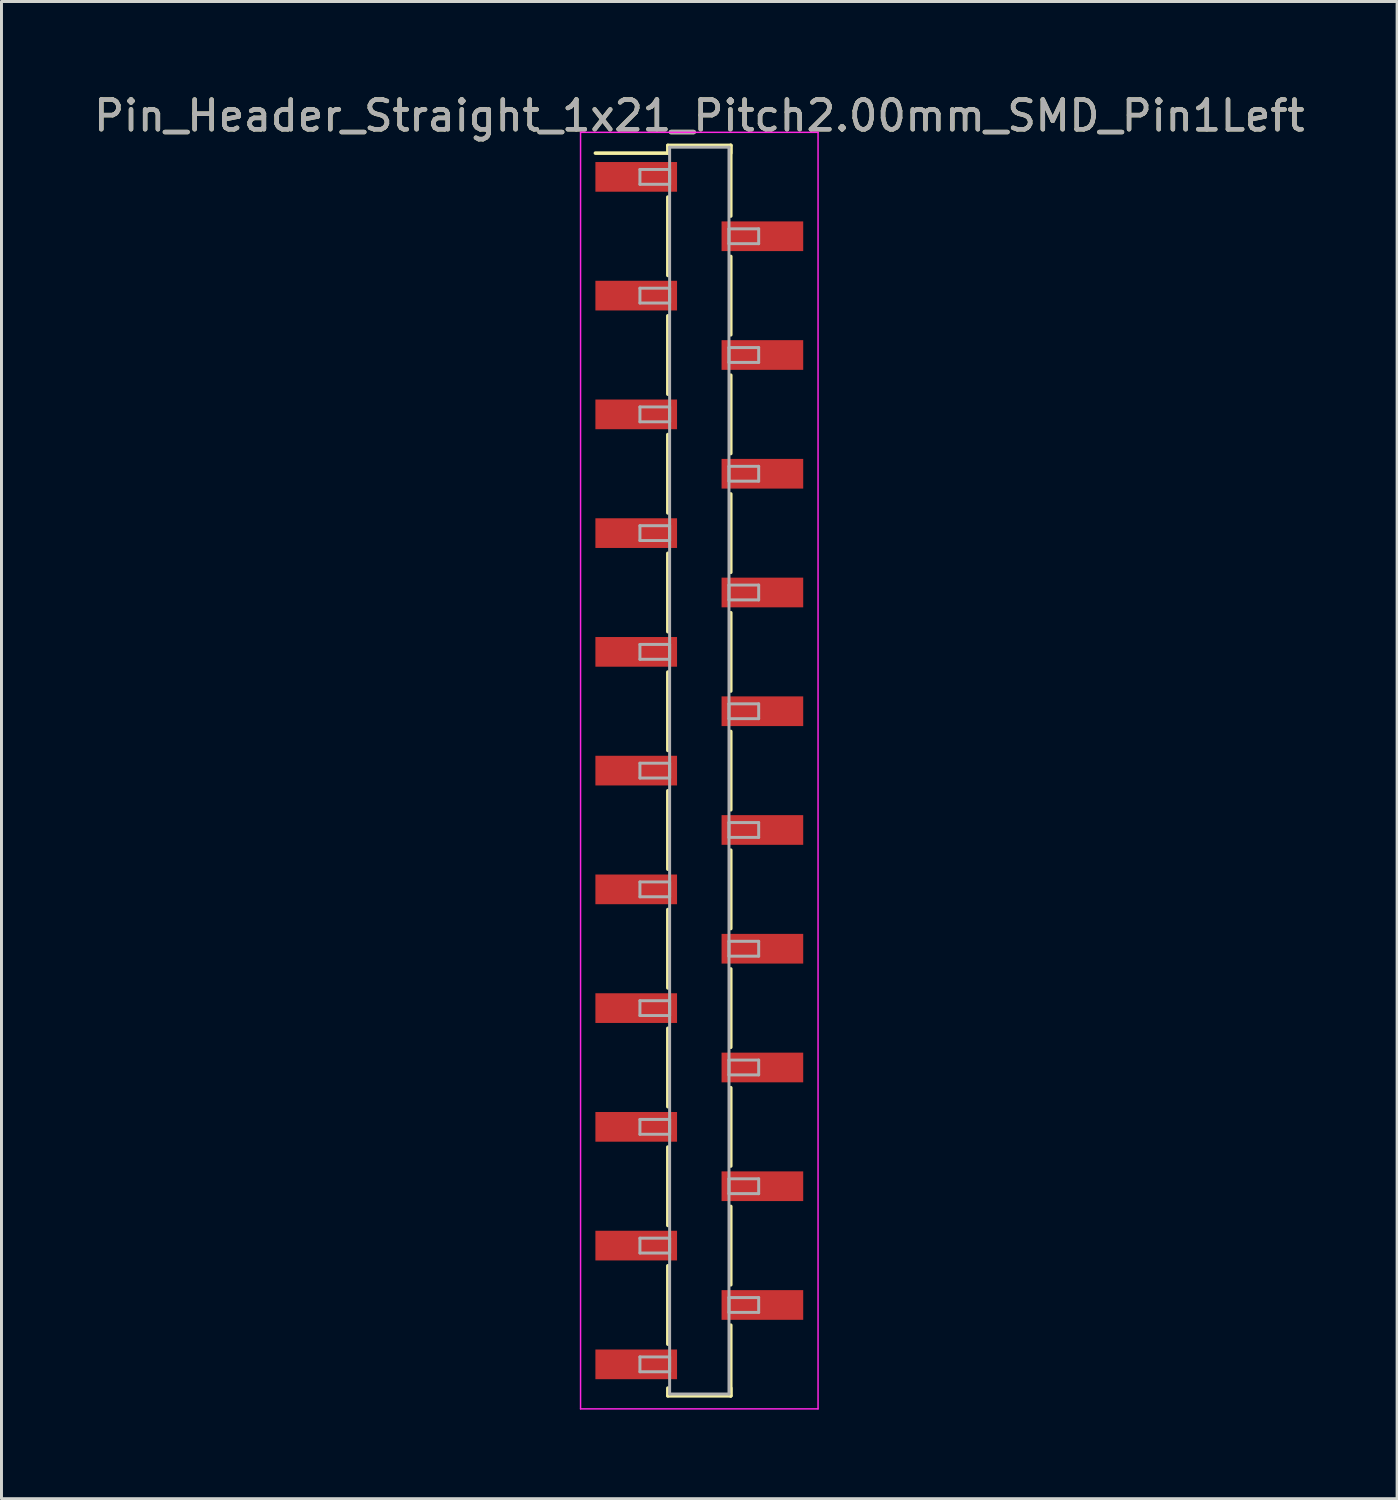
<source format=kicad_pcb>
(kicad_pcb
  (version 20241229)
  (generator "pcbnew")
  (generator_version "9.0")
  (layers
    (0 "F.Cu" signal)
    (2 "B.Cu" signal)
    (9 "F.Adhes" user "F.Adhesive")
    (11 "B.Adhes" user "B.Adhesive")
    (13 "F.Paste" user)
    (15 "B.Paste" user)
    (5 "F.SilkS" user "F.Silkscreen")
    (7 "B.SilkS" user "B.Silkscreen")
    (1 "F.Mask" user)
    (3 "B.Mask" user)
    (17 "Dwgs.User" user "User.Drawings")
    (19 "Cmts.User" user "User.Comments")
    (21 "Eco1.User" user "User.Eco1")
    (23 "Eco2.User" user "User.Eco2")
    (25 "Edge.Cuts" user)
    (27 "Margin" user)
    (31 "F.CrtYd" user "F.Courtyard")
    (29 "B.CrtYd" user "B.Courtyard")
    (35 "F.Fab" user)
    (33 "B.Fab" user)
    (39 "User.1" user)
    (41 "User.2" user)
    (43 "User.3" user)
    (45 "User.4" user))
  (footprint "Pin_Header_Straight_1x21_Pitch2.00mm_SMD_Pin1Left"
    (layer "F.Cu")
    (at 20.506 22.908)
    (property "Reference" "Pin_Header_Straight_1x21_Pitch2.00mm_SMD_Pin1Left" (at 0 -22.06 0) (layer "F.SilkS") (effects (font (size 1 1) (thickness 0.15))))
    (attr smd)
    (fp_line (start -1.06 -21.06) (end 1.06 -21.06) (stroke (width 0.12) (type solid)) (layer "F.SilkS"))
    (fp_line (start -1.06 -20.8) (end -3.5 -20.8) (stroke (width 0.12) (type solid)) (layer "F.SilkS"))
    (fp_line (start -1.06 -20.8) (end -1.06 -21.06) (stroke (width 0.12) (type solid)) (layer "F.SilkS"))
    (fp_line (start -1.06 -19.32) (end -1.06 -16.68) (stroke (width 0.12) (type solid)) (layer "F.SilkS"))
    (fp_line (start -1.06 -15.32) (end -1.06 -12.68) (stroke (width 0.12) (type solid)) (layer "F.SilkS"))
    (fp_line (start -1.06 -11.32) (end -1.06 -8.68) (stroke (width 0.12) (type solid)) (layer "F.SilkS"))
    (fp_line (start -1.06 -7.32) (end -1.06 -4.68) (stroke (width 0.12) (type solid)) (layer "F.SilkS"))
    (fp_line (start -1.06 -3.32) (end -1.06 -0.68) (stroke (width 0.12) (type solid)) (layer "F.SilkS"))
    (fp_line (start -1.06 0.68) (end -1.06 3.32) (stroke (width 0.12) (type solid)) (layer "F.SilkS"))
    (fp_line (start -1.06 4.68) (end -1.06 7.32) (stroke (width 0.12) (type solid)) (layer "F.SilkS"))
    (fp_line (start -1.06 8.68) (end -1.06 11.32) (stroke (width 0.12) (type solid)) (layer "F.SilkS"))
    (fp_line (start -1.06 12.68) (end -1.06 15.32) (stroke (width 0.12) (type solid)) (layer "F.SilkS"))
    (fp_line (start -1.06 16.68) (end -1.06 19.32) (stroke (width 0.12) (type solid)) (layer "F.SilkS"))
    (fp_line (start -1.06 20.8) (end -1.06 21.06) (stroke (width 0.12) (type solid)) (layer "F.SilkS"))
    (fp_line (start -1.06 21.06) (end 1.06 21.06) (stroke (width 0.12) (type solid)) (layer "F.SilkS"))
    (fp_line (start 1.06 -21.06) (end 1.06 -20.8) (stroke (width 0.12) (type solid)) (layer "F.SilkS"))
    (fp_line (start 1.06 -21.06) (end 1.06 -18.68) (stroke (width 0.12) (type solid)) (layer "F.SilkS"))
    (fp_line (start 1.06 -17.32) (end 1.06 -14.68) (stroke (width 0.12) (type solid)) (layer "F.SilkS"))
    (fp_line (start 1.06 -13.32) (end 1.06 -10.68) (stroke (width 0.12) (type solid)) (layer "F.SilkS"))
    (fp_line (start 1.06 -9.32) (end 1.06 -6.68) (stroke (width 0.12) (type solid)) (layer "F.SilkS"))
    (fp_line (start 1.06 -5.32) (end 1.06 -2.68) (stroke (width 0.12) (type solid)) (layer "F.SilkS"))
    (fp_line (start 1.06 -1.32) (end 1.06 1.32) (stroke (width 0.12) (type solid)) (layer "F.SilkS"))
    (fp_line (start 1.06 2.68) (end 1.06 5.32) (stroke (width 0.12) (type solid)) (layer "F.SilkS"))
    (fp_line (start 1.06 6.68) (end 1.06 9.32) (stroke (width 0.12) (type solid)) (layer "F.SilkS"))
    (fp_line (start 1.06 10.68) (end 1.06 13.32) (stroke (width 0.12) (type solid)) (layer "F.SilkS"))
    (fp_line (start 1.06 14.68) (end 1.06 17.32) (stroke (width 0.12) (type solid)) (layer "F.SilkS"))
    (fp_line (start 1.06 18.68) (end 1.06 21.06) (stroke (width 0.12) (type solid)) (layer "F.SilkS"))
    (fp_line (start 1.06 21.06) (end 1.06 20.8) (stroke (width 0.12) (type solid)) (layer "F.SilkS"))
    (fp_line (start -4 -21.5) (end -4 21.5) (stroke (width 0.05) (type solid)) (layer "F.CrtYd"))
    (fp_line (start -4 21.5) (end 4 21.5) (stroke (width 0.05) (type solid)) (layer "F.CrtYd"))
    (fp_line (start 4 -21.5) (end -4 -21.5) (stroke (width 0.05) (type solid)) (layer "F.CrtYd"))
    (fp_line (start 4 21.5) (end 4 -21.5) (stroke (width 0.05) (type solid)) (layer "F.CrtYd"))
    (fp_line (start -2 -20.25) (end -1 -20.25) (stroke (width 0.1) (type solid)) (layer "F.Fab"))
    (fp_line (start -2 -19.75) (end -2 -20.25) (stroke (width 0.1) (type solid)) (layer "F.Fab"))
    (fp_line (start -2 -16.25) (end -1 -16.25) (stroke (width 0.1) (type solid)) (layer "F.Fab"))
    (fp_line (start -2 -15.75) (end -2 -16.25) (stroke (width 0.1) (type solid)) (layer "F.Fab"))
    (fp_line (start -2 -12.25) (end -1 -12.25) (stroke (width 0.1) (type solid)) (layer "F.Fab"))
    (fp_line (start -2 -11.75) (end -2 -12.25) (stroke (width 0.1) (type solid)) (layer "F.Fab"))
    (fp_line (start -2 -8.25) (end -1 -8.25) (stroke (width 0.1) (type solid)) (layer "F.Fab"))
    (fp_line (start -2 -7.75) (end -2 -8.25) (stroke (width 0.1) (type solid)) (layer "F.Fab"))
    (fp_line (start -2 -4.25) (end -1 -4.25) (stroke (width 0.1) (type solid)) (layer "F.Fab"))
    (fp_line (start -2 -3.75) (end -2 -4.25) (stroke (width 0.1) (type solid)) (layer "F.Fab"))
    (fp_line (start -2 -0.25) (end -1 -0.25) (stroke (width 0.1) (type solid)) (layer "F.Fab"))
    (fp_line (start -2 0.25) (end -2 -0.25) (stroke (width 0.1) (type solid)) (layer "F.Fab"))
    (fp_line (start -2 3.75) (end -1 3.75) (stroke (width 0.1) (type solid)) (layer "F.Fab"))
    (fp_line (start -2 4.25) (end -2 3.75) (stroke (width 0.1) (type solid)) (layer "F.Fab"))
    (fp_line (start -2 7.75) (end -1 7.75) (stroke (width 0.1) (type solid)) (layer "F.Fab"))
    (fp_line (start -2 8.25) (end -2 7.75) (stroke (width 0.1) (type solid)) (layer "F.Fab"))
    (fp_line (start -2 11.75) (end -1 11.75) (stroke (width 0.1) (type solid)) (layer "F.Fab"))
    (fp_line (start -2 12.25) (end -2 11.75) (stroke (width 0.1) (type solid)) (layer "F.Fab"))
    (fp_line (start -2 15.75) (end -1 15.75) (stroke (width 0.1) (type solid)) (layer "F.Fab"))
    (fp_line (start -2 16.25) (end -2 15.75) (stroke (width 0.1) (type solid)) (layer "F.Fab"))
    (fp_line (start -2 19.75) (end -1 19.75) (stroke (width 0.1) (type solid)) (layer "F.Fab"))
    (fp_line (start -2 20.25) (end -2 19.75) (stroke (width 0.1) (type solid)) (layer "F.Fab"))
    (fp_line (start -1 -21) (end -1 21) (stroke (width 0.1) (type solid)) (layer "F.Fab"))
    (fp_line (start -1 -20.25) (end -1 -19.75) (stroke (width 0.1) (type solid)) (layer "F.Fab"))
    (fp_line (start -1 -19.75) (end -2 -19.75) (stroke (width 0.1) (type solid)) (layer "F.Fab"))
    (fp_line (start -1 -16.25) (end -1 -15.75) (stroke (width 0.1) (type solid)) (layer "F.Fab"))
    (fp_line (start -1 -15.75) (end -2 -15.75) (stroke (width 0.1) (type solid)) (layer "F.Fab"))
    (fp_line (start -1 -12.25) (end -1 -11.75) (stroke (width 0.1) (type solid)) (layer "F.Fab"))
    (fp_line (start -1 -11.75) (end -2 -11.75) (stroke (width 0.1) (type solid)) (layer "F.Fab"))
    (fp_line (start -1 -8.25) (end -1 -7.75) (stroke (width 0.1) (type solid)) (layer "F.Fab"))
    (fp_line (start -1 -7.75) (end -2 -7.75) (stroke (width 0.1) (type solid)) (layer "F.Fab"))
    (fp_line (start -1 -4.25) (end -1 -3.75) (stroke (width 0.1) (type solid)) (layer "F.Fab"))
    (fp_line (start -1 -3.75) (end -2 -3.75) (stroke (width 0.1) (type solid)) (layer "F.Fab"))
    (fp_line (start -1 -0.25) (end -1 0.25) (stroke (width 0.1) (type solid)) (layer "F.Fab"))
    (fp_line (start -1 0.25) (end -2 0.25) (stroke (width 0.1) (type solid)) (layer "F.Fab"))
    (fp_line (start -1 3.75) (end -1 4.25) (stroke (width 0.1) (type solid)) (layer "F.Fab"))
    (fp_line (start -1 4.25) (end -2 4.25) (stroke (width 0.1) (type solid)) (layer "F.Fab"))
    (fp_line (start -1 7.75) (end -1 8.25) (stroke (width 0.1) (type solid)) (layer "F.Fab"))
    (fp_line (start -1 8.25) (end -2 8.25) (stroke (width 0.1) (type solid)) (layer "F.Fab"))
    (fp_line (start -1 11.75) (end -1 12.25) (stroke (width 0.1) (type solid)) (layer "F.Fab"))
    (fp_line (start -1 12.25) (end -2 12.25) (stroke (width 0.1) (type solid)) (layer "F.Fab"))
    (fp_line (start -1 15.75) (end -1 16.25) (stroke (width 0.1) (type solid)) (layer "F.Fab"))
    (fp_line (start -1 16.25) (end -2 16.25) (stroke (width 0.1) (type solid)) (layer "F.Fab"))
    (fp_line (start -1 19.75) (end -1 20.25) (stroke (width 0.1) (type solid)) (layer "F.Fab"))
    (fp_line (start -1 20.25) (end -2 20.25) (stroke (width 0.1) (type solid)) (layer "F.Fab"))
    (fp_line (start -1 21) (end 1 21) (stroke (width 0.1) (type solid)) (layer "F.Fab"))
    (fp_line (start 1 -21) (end -1 -21) (stroke (width 0.1) (type solid)) (layer "F.Fab"))
    (fp_line (start 1 -18.25) (end 1 -17.75) (stroke (width 0.1) (type solid)) (layer "F.Fab"))
    (fp_line (start 1 -17.75) (end 2 -17.75) (stroke (width 0.1) (type solid)) (layer "F.Fab"))
    (fp_line (start 1 -14.25) (end 1 -13.75) (stroke (width 0.1) (type solid)) (layer "F.Fab"))
    (fp_line (start 1 -13.75) (end 2 -13.75) (stroke (width 0.1) (type solid)) (layer "F.Fab"))
    (fp_line (start 1 -10.25) (end 1 -9.75) (stroke (width 0.1) (type solid)) (layer "F.Fab"))
    (fp_line (start 1 -9.75) (end 2 -9.75) (stroke (width 0.1) (type solid)) (layer "F.Fab"))
    (fp_line (start 1 -6.25) (end 1 -5.75) (stroke (width 0.1) (type solid)) (layer "F.Fab"))
    (fp_line (start 1 -5.75) (end 2 -5.75) (stroke (width 0.1) (type solid)) (layer "F.Fab"))
    (fp_line (start 1 -2.25) (end 1 -1.75) (stroke (width 0.1) (type solid)) (layer "F.Fab"))
    (fp_line (start 1 -1.75) (end 2 -1.75) (stroke (width 0.1) (type solid)) (layer "F.Fab"))
    (fp_line (start 1 1.75) (end 1 2.25) (stroke (width 0.1) (type solid)) (layer "F.Fab"))
    (fp_line (start 1 2.25) (end 2 2.25) (stroke (width 0.1) (type solid)) (layer "F.Fab"))
    (fp_line (start 1 5.75) (end 1 6.25) (stroke (width 0.1) (type solid)) (layer "F.Fab"))
    (fp_line (start 1 6.25) (end 2 6.25) (stroke (width 0.1) (type solid)) (layer "F.Fab"))
    (fp_line (start 1 9.75) (end 1 10.25) (stroke (width 0.1) (type solid)) (layer "F.Fab"))
    (fp_line (start 1 10.25) (end 2 10.25) (stroke (width 0.1) (type solid)) (layer "F.Fab"))
    (fp_line (start 1 13.75) (end 1 14.25) (stroke (width 0.1) (type solid)) (layer "F.Fab"))
    (fp_line (start 1 14.25) (end 2 14.25) (stroke (width 0.1) (type solid)) (layer "F.Fab"))
    (fp_line (start 1 17.75) (end 1 18.25) (stroke (width 0.1) (type solid)) (layer "F.Fab"))
    (fp_line (start 1 18.25) (end 2 18.25) (stroke (width 0.1) (type solid)) (layer "F.Fab"))
    (fp_line (start 1 21) (end 1 -21) (stroke (width 0.1) (type solid)) (layer "F.Fab"))
    (fp_line (start 2 -18.25) (end 1 -18.25) (stroke (width 0.1) (type solid)) (layer "F.Fab"))
    (fp_line (start 2 -17.75) (end 2 -18.25) (stroke (width 0.1) (type solid)) (layer "F.Fab"))
    (fp_line (start 2 -14.25) (end 1 -14.25) (stroke (width 0.1) (type solid)) (layer "F.Fab"))
    (fp_line (start 2 -13.75) (end 2 -14.25) (stroke (width 0.1) (type solid)) (layer "F.Fab"))
    (fp_line (start 2 -10.25) (end 1 -10.25) (stroke (width 0.1) (type solid)) (layer "F.Fab"))
    (fp_line (start 2 -9.75) (end 2 -10.25) (stroke (width 0.1) (type solid)) (layer "F.Fab"))
    (fp_line (start 2 -6.25) (end 1 -6.25) (stroke (width 0.1) (type solid)) (layer "F.Fab"))
    (fp_line (start 2 -5.75) (end 2 -6.25) (stroke (width 0.1) (type solid)) (layer "F.Fab"))
    (fp_line (start 2 -2.25) (end 1 -2.25) (stroke (width 0.1) (type solid)) (layer "F.Fab"))
    (fp_line (start 2 -1.75) (end 2 -2.25) (stroke (width 0.1) (type solid)) (layer "F.Fab"))
    (fp_line (start 2 1.75) (end 1 1.75) (stroke (width 0.1) (type solid)) (layer "F.Fab"))
    (fp_line (start 2 2.25) (end 2 1.75) (stroke (width 0.1) (type solid)) (layer "F.Fab"))
    (fp_line (start 2 5.75) (end 1 5.75) (stroke (width 0.1) (type solid)) (layer "F.Fab"))
    (fp_line (start 2 6.25) (end 2 5.75) (stroke (width 0.1) (type solid)) (layer "F.Fab"))
    (fp_line (start 2 9.75) (end 1 9.75) (stroke (width 0.1) (type solid)) (layer "F.Fab"))
    (fp_line (start 2 10.25) (end 2 9.75) (stroke (width 0.1) (type solid)) (layer "F.Fab"))
    (fp_line (start 2 13.75) (end 1 13.75) (stroke (width 0.1) (type solid)) (layer "F.Fab"))
    (fp_line (start 2 14.25) (end 2 13.75) (stroke (width 0.1) (type solid)) (layer "F.Fab"))
    (fp_line (start 2 17.75) (end 1 17.75) (stroke (width 0.1) (type solid)) (layer "F.Fab"))
    (fp_line (start 2 18.25) (end 2 17.75) (stroke (width 0.1) (type solid)) (layer "F.Fab"))
    (fp_text user "${REFERENCE}" (at 0 -22.06 0) (layer "F.Fab") (effects (font (size 1 1) (thickness 0.15))))
    (pad "1" smd rect (at -2.125 -20) (size 2.75 1) (layers "F.Cu" "F.Mask" "F.Paste"))
    (pad "2" smd rect (at 2.125 -18) (size 2.75 1) (layers "F.Cu" "F.Mask" "F.Paste"))
    (pad "3" smd rect (at -2.125 -16) (size 2.75 1) (layers "F.Cu" "F.Mask" "F.Paste"))
    (pad "4" smd rect (at 2.125 -14) (size 2.75 1) (layers "F.Cu" "F.Mask" "F.Paste"))
    (pad "5" smd rect (at -2.125 -12) (size 2.75 1) (layers "F.Cu" "F.Mask" "F.Paste"))
    (pad "6" smd rect (at 2.125 -10) (size 2.75 1) (layers "F.Cu" "F.Mask" "F.Paste"))
    (pad "7" smd rect (at -2.125 -8) (size 2.75 1) (layers "F.Cu" "F.Mask" "F.Paste"))
    (pad "8" smd rect (at 2.125 -6) (size 2.75 1) (layers "F.Cu" "F.Mask" "F.Paste"))
    (pad "9" smd rect (at -2.125 -4) (size 2.75 1) (layers "F.Cu" "F.Mask" "F.Paste"))
    (pad "10" smd rect (at 2.125 -2) (size 2.75 1) (layers "F.Cu" "F.Mask" "F.Paste"))
    (pad "11" smd rect (at -2.125 0) (size 2.75 1) (layers "F.Cu" "F.Mask" "F.Paste"))
    (pad "12" smd rect (at 2.125 2) (size 2.75 1) (layers "F.Cu" "F.Mask" "F.Paste"))
    (pad "13" smd rect (at -2.125 4) (size 2.75 1) (layers "F.Cu" "F.Mask" "F.Paste"))
    (pad "14" smd rect (at 2.125 6) (size 2.75 1) (layers "F.Cu" "F.Mask" "F.Paste"))
    (pad "15" smd rect (at -2.125 8) (size 2.75 1) (layers "F.Cu" "F.Mask" "F.Paste"))
    (pad "16" smd rect (at 2.125 10) (size 2.75 1) (layers "F.Cu" "F.Mask" "F.Paste"))
    (pad "17" smd rect (at -2.125 12) (size 2.75 1) (layers "F.Cu" "F.Mask" "F.Paste"))
    (pad "18" smd rect (at 2.125 14) (size 2.75 1) (layers "F.Cu" "F.Mask" "F.Paste"))
    (pad "19" smd rect (at -2.125 16) (size 2.75 1) (layers "F.Cu" "F.Mask" "F.Paste"))
    (pad "20" smd rect (at 2.125 18) (size 2.75 1) (layers "F.Cu" "F.Mask" "F.Paste"))
    (pad "21" smd rect (at -2.125 20) (size 2.75 1) (layers "F.Cu" "F.Mask" "F.Paste")))
  (gr_rect
    (start -3 -3)
    (end 44.012 47.433)
    (stroke (width 0.1) (type default))
    (fill no)
    (layer "Edge.Cuts")))
</source>
